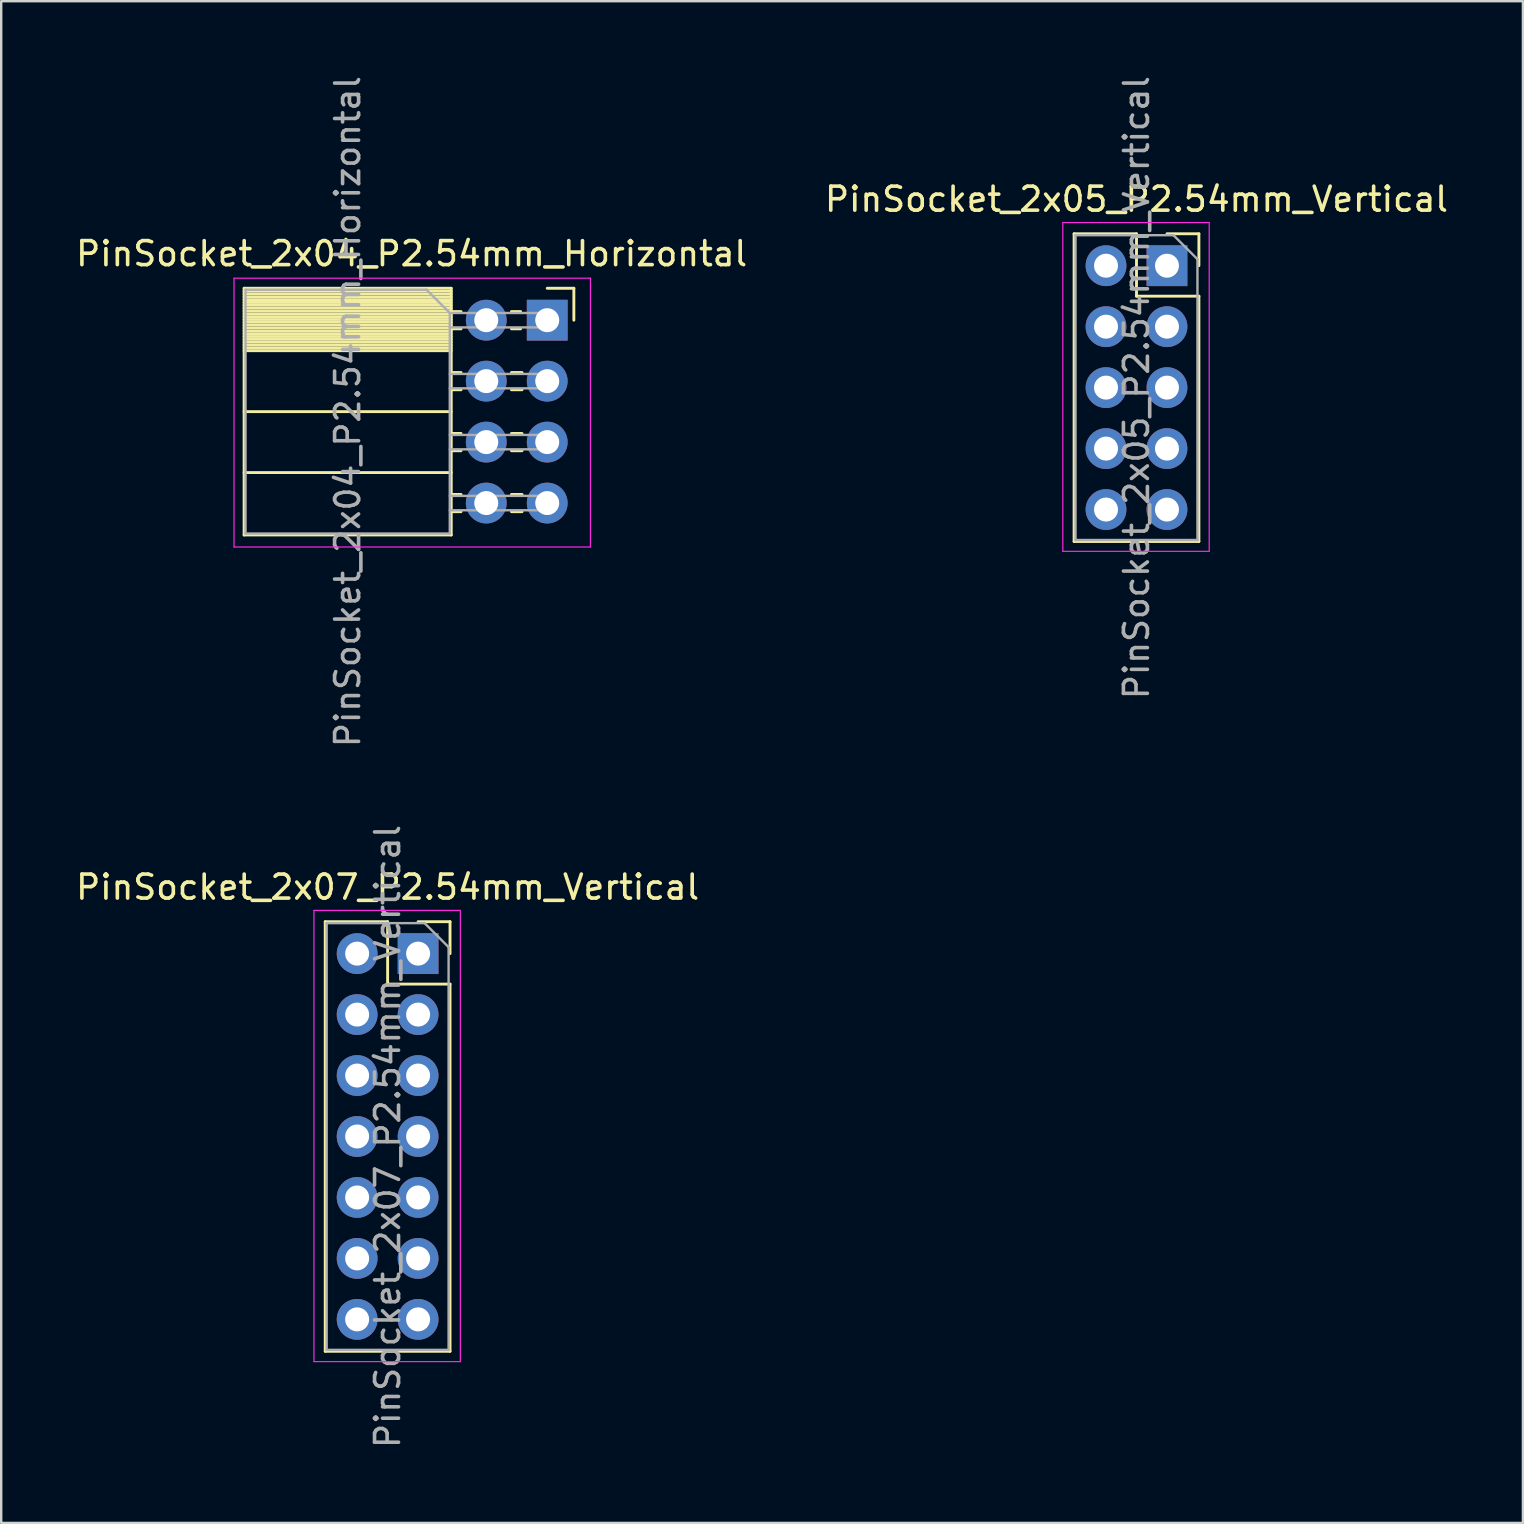
<source format=kicad_pcb>
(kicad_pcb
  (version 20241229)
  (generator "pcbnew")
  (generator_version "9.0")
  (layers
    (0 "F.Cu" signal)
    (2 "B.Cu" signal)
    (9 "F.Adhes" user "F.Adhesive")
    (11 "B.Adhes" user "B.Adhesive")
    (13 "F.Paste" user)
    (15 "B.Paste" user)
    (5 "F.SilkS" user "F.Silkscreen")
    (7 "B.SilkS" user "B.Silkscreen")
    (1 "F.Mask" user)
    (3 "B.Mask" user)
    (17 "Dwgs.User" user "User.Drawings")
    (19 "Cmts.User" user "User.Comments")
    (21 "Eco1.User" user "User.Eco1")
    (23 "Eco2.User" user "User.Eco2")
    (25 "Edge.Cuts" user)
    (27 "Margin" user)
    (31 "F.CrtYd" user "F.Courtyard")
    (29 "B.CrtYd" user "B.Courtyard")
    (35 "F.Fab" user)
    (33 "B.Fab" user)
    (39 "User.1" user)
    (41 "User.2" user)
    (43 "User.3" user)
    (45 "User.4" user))
  (footprint "PinSocket_2x04_P2.54mm_Horizontal"
    (layer "F.Cu")
    (at 19.751 10.291)
    (property "Reference" "PinSocket_2x04_P2.54mm_Horizontal" (at -5.65 -2.77 0) (layer "F.SilkS") (effects (font (size 1 1) (thickness 0.15))))
    (attr through_hole)
    (fp_line (start -12.63 -1.33) (end -12.63 8.95) (stroke (width 0.12) (type solid)) (layer "F.SilkS"))
    (fp_line (start -12.63 -1.33) (end -4 -1.33) (stroke (width 0.12) (type solid)) (layer "F.SilkS"))
    (fp_line (start -12.63 -1.21) (end -4 -1.21) (stroke (width 0.12) (type solid)) (layer "F.SilkS"))
    (fp_line (start -12.63 -1.092) (end -4 -1.092) (stroke (width 0.12) (type solid)) (layer "F.SilkS"))
    (fp_line (start -12.63 -0.974) (end -4 -0.974) (stroke (width 0.12) (type solid)) (layer "F.SilkS"))
    (fp_line (start -12.63 -0.856) (end -4 -0.856) (stroke (width 0.12) (type solid)) (layer "F.SilkS"))
    (fp_line (start -12.63 -0.738) (end -4 -0.738) (stroke (width 0.12) (type solid)) (layer "F.SilkS"))
    (fp_line (start -12.63 -0.62) (end -4 -0.62) (stroke (width 0.12) (type solid)) (layer "F.SilkS"))
    (fp_line (start -12.63 -0.501) (end -4 -0.501) (stroke (width 0.12) (type solid)) (layer "F.SilkS"))
    (fp_line (start -12.63 -0.383) (end -4 -0.383) (stroke (width 0.12) (type solid)) (layer "F.SilkS"))
    (fp_line (start -12.63 -0.265) (end -4 -0.265) (stroke (width 0.12) (type solid)) (layer "F.SilkS"))
    (fp_line (start -12.63 -0.147) (end -4 -0.147) (stroke (width 0.12) (type solid)) (layer "F.SilkS"))
    (fp_line (start -12.63 -0.029) (end -4 -0.029) (stroke (width 0.12) (type solid)) (layer "F.SilkS"))
    (fp_line (start -12.63 0.089) (end -4 0.089) (stroke (width 0.12) (type solid)) (layer "F.SilkS"))
    (fp_line (start -12.63 0.207) (end -4 0.207) (stroke (width 0.12) (type solid)) (layer "F.SilkS"))
    (fp_line (start -12.63 0.325) (end -4 0.325) (stroke (width 0.12) (type solid)) (layer "F.SilkS"))
    (fp_line (start -12.63 0.443) (end -4 0.443) (stroke (width 0.12) (type solid)) (layer "F.SilkS"))
    (fp_line (start -12.63 0.561) (end -4 0.561) (stroke (width 0.12) (type solid)) (layer "F.SilkS"))
    (fp_line (start -12.63 0.68) (end -4 0.68) (stroke (width 0.12) (type solid)) (layer "F.SilkS"))
    (fp_line (start -12.63 0.798) (end -4 0.798) (stroke (width 0.12) (type solid)) (layer "F.SilkS"))
    (fp_line (start -12.63 0.916) (end -4 0.916) (stroke (width 0.12) (type solid)) (layer "F.SilkS"))
    (fp_line (start -12.63 1.034) (end -4 1.034) (stroke (width 0.12) (type solid)) (layer "F.SilkS"))
    (fp_line (start -12.63 1.152) (end -4 1.152) (stroke (width 0.12) (type solid)) (layer "F.SilkS"))
    (fp_line (start -12.63 1.27) (end -4 1.27) (stroke (width 0.12) (type solid)) (layer "F.SilkS"))
    (fp_line (start -12.63 3.81) (end -4 3.81) (stroke (width 0.12) (type solid)) (layer "F.SilkS"))
    (fp_line (start -12.63 6.35) (end -4 6.35) (stroke (width 0.12) (type solid)) (layer "F.SilkS"))
    (fp_line (start -12.63 8.95) (end -4 8.95) (stroke (width 0.12) (type solid)) (layer "F.SilkS"))
    (fp_line (start -4 -1.33) (end -4 8.95) (stroke (width 0.12) (type solid)) (layer "F.SilkS"))
    (fp_line (start -4 -0.36) (end -3.59 -0.36) (stroke (width 0.12) (type solid)) (layer "F.SilkS"))
    (fp_line (start -4 0.36) (end -3.59 0.36) (stroke (width 0.12) (type solid)) (layer "F.SilkS"))
    (fp_line (start -4 2.18) (end -3.59 2.18) (stroke (width 0.12) (type solid)) (layer "F.SilkS"))
    (fp_line (start -4 2.9) (end -3.59 2.9) (stroke (width 0.12) (type solid)) (layer "F.SilkS"))
    (fp_line (start -4 4.72) (end -3.59 4.72) (stroke (width 0.12) (type solid)) (layer "F.SilkS"))
    (fp_line (start -4 5.44) (end -3.59 5.44) (stroke (width 0.12) (type solid)) (layer "F.SilkS"))
    (fp_line (start -4 7.26) (end -3.59 7.26) (stroke (width 0.12) (type solid)) (layer "F.SilkS"))
    (fp_line (start -4 7.98) (end -3.59 7.98) (stroke (width 0.12) (type solid)) (layer "F.SilkS"))
    (fp_line (start -1.49 -0.36) (end -1.11 -0.36) (stroke (width 0.12) (type solid)) (layer "F.SilkS"))
    (fp_line (start -1.49 0.36) (end -1.11 0.36) (stroke (width 0.12) (type solid)) (layer "F.SilkS"))
    (fp_line (start -1.49 2.18) (end -1.05 2.18) (stroke (width 0.12) (type solid)) (layer "F.SilkS"))
    (fp_line (start -1.49 2.9) (end -1.05 2.9) (stroke (width 0.12) (type solid)) (layer "F.SilkS"))
    (fp_line (start -1.49 4.72) (end -1.05 4.72) (stroke (width 0.12) (type solid)) (layer "F.SilkS"))
    (fp_line (start -1.49 5.44) (end -1.05 5.44) (stroke (width 0.12) (type solid)) (layer "F.SilkS"))
    (fp_line (start -1.49 7.26) (end -1.05 7.26) (stroke (width 0.12) (type solid)) (layer "F.SilkS"))
    (fp_line (start -1.49 7.98) (end -1.05 7.98) (stroke (width 0.12) (type solid)) (layer "F.SilkS"))
    (fp_line (start 0 -1.33) (end 1.11 -1.33) (stroke (width 0.12) (type solid)) (layer "F.SilkS"))
    (fp_line (start 1.11 -1.33) (end 1.11 0) (stroke (width 0.12) (type solid)) (layer "F.SilkS"))
    (fp_line (start -13.05 -1.75) (end -13.05 9.45) (stroke (width 0.05) (type solid)) (layer "F.CrtYd"))
    (fp_line (start -13.05 9.45) (end 1.8 9.45) (stroke (width 0.05) (type solid)) (layer "F.CrtYd"))
    (fp_line (start 1.8 -1.75) (end -13.05 -1.75) (stroke (width 0.05) (type solid)) (layer "F.CrtYd"))
    (fp_line (start 1.8 9.45) (end 1.8 -1.75) (stroke (width 0.05) (type solid)) (layer "F.CrtYd"))
    (fp_line (start -12.57 -1.27) (end -5.03 -1.27) (stroke (width 0.1) (type solid)) (layer "F.Fab"))
    (fp_line (start -12.57 8.89) (end -12.57 -1.27) (stroke (width 0.1) (type solid)) (layer "F.Fab"))
    (fp_line (start -5.03 -1.27) (end -4.06 -0.3) (stroke (width 0.1) (type solid)) (layer "F.Fab"))
    (fp_line (start -4.06 -0.3) (end -4.06 8.89) (stroke (width 0.1) (type solid)) (layer "F.Fab"))
    (fp_line (start -4.06 0.3) (end 0 0.3) (stroke (width 0.1) (type solid)) (layer "F.Fab"))
    (fp_line (start -4.06 2.84) (end 0 2.84) (stroke (width 0.1) (type solid)) (layer "F.Fab"))
    (fp_line (start -4.06 5.38) (end 0 5.38) (stroke (width 0.1) (type solid)) (layer "F.Fab"))
    (fp_line (start -4.06 7.92) (end 0 7.92) (stroke (width 0.1) (type solid)) (layer "F.Fab"))
    (fp_line (start -4.06 8.89) (end -12.57 8.89) (stroke (width 0.1) (type solid)) (layer "F.Fab"))
    (fp_line (start 0 -0.3) (end -4.06 -0.3) (stroke (width 0.1) (type solid)) (layer "F.Fab"))
    (fp_line (start 0 0.3) (end 0 -0.3) (stroke (width 0.1) (type solid)) (layer "F.Fab"))
    (fp_line (start 0 2.24) (end -4.06 2.24) (stroke (width 0.1) (type solid)) (layer "F.Fab"))
    (fp_line (start 0 2.84) (end 0 2.24) (stroke (width 0.1) (type solid)) (layer "F.Fab"))
    (fp_line (start 0 4.78) (end -4.06 4.78) (stroke (width 0.1) (type solid)) (layer "F.Fab"))
    (fp_line (start 0 5.38) (end 0 4.78) (stroke (width 0.1) (type solid)) (layer "F.Fab"))
    (fp_line (start 0 7.32) (end -4.06 7.32) (stroke (width 0.1) (type solid)) (layer "F.Fab"))
    (fp_line (start 0 7.92) (end 0 7.32) (stroke (width 0.1) (type solid)) (layer "F.Fab"))
    (fp_text user "${REFERENCE}" (at -8.315 3.81 90) (layer "F.Fab") (effects (font (size 1 1) (thickness 0.15))))
    (pad "1" thru_hole rect (at 0 0) (size 1.7 1.7) (drill 1) (layers "*.Cu" "*.Mask"))
    (pad "2" thru_hole oval (at -2.54 0) (size 1.7 1.7) (drill 1) (layers "*.Cu" "*.Mask"))
    (pad "3" thru_hole oval (at 0 2.54) (size 1.7 1.7) (drill 1) (layers "*.Cu" "*.Mask"))
    (pad "4" thru_hole oval (at -2.54 2.54) (size 1.7 1.7) (drill 1) (layers "*.Cu" "*.Mask"))
    (pad "5" thru_hole oval (at 0 5.08) (size 1.7 1.7) (drill 1) (layers "*.Cu" "*.Mask"))
    (pad "6" thru_hole oval (at -2.54 5.08) (size 1.7 1.7) (drill 1) (layers "*.Cu" "*.Mask"))
    (pad "7" thru_hole oval (at 0 7.62) (size 1.7 1.7) (drill 1) (layers "*.Cu" "*.Mask"))
    (pad "8" thru_hole oval (at -2.54 7.62) (size 1.7 1.7) (drill 1) (layers "*.Cu" "*.Mask")))
  (footprint "PinSocket_2x05_P2.54mm_Vertical"
    (layer "F.Cu")
    (at 45.574 8.021)
    (property "Reference" "PinSocket_2x05_P2.54mm_Vertical" (at -1.27 -2.77 0) (layer "F.SilkS") (effects (font (size 1 1) (thickness 0.15))))
    (attr through_hole)
    (fp_line (start -3.87 -1.33) (end -3.87 11.49) (stroke (width 0.12) (type solid)) (layer "F.SilkS"))
    (fp_line (start -3.87 -1.33) (end -1.27 -1.33) (stroke (width 0.12) (type solid)) (layer "F.SilkS"))
    (fp_line (start -3.87 11.49) (end 1.33 11.49) (stroke (width 0.12) (type solid)) (layer "F.SilkS"))
    (fp_line (start -1.27 -1.33) (end -1.27 1.27) (stroke (width 0.12) (type solid)) (layer "F.SilkS"))
    (fp_line (start -1.27 1.27) (end 1.33 1.27) (stroke (width 0.12) (type solid)) (layer "F.SilkS"))
    (fp_line (start 0 -1.33) (end 1.33 -1.33) (stroke (width 0.12) (type solid)) (layer "F.SilkS"))
    (fp_line (start 1.33 -1.33) (end 1.33 0) (stroke (width 0.12) (type solid)) (layer "F.SilkS"))
    (fp_line (start 1.33 1.27) (end 1.33 11.49) (stroke (width 0.12) (type solid)) (layer "F.SilkS"))
    (fp_line (start -4.34 -1.8) (end 1.76 -1.8) (stroke (width 0.05) (type solid)) (layer "F.CrtYd"))
    (fp_line (start -4.34 11.9) (end -4.34 -1.8) (stroke (width 0.05) (type solid)) (layer "F.CrtYd"))
    (fp_line (start 1.76 -1.8) (end 1.76 11.9) (stroke (width 0.05) (type solid)) (layer "F.CrtYd"))
    (fp_line (start 1.76 11.9) (end -4.34 11.9) (stroke (width 0.05) (type solid)) (layer "F.CrtYd"))
    (fp_line (start -3.81 -1.27) (end 0.27 -1.27) (stroke (width 0.1) (type solid)) (layer "F.Fab"))
    (fp_line (start -3.81 11.43) (end -3.81 -1.27) (stroke (width 0.1) (type solid)) (layer "F.Fab"))
    (fp_line (start 0.27 -1.27) (end 1.27 -0.27) (stroke (width 0.1) (type solid)) (layer "F.Fab"))
    (fp_line (start 1.27 -0.27) (end 1.27 11.43) (stroke (width 0.1) (type solid)) (layer "F.Fab"))
    (fp_line (start 1.27 11.43) (end -3.81 11.43) (stroke (width 0.1) (type solid)) (layer "F.Fab"))
    (fp_text user "${REFERENCE}" (at -1.27 5.08 90) (layer "F.Fab") (effects (font (size 1 1) (thickness 0.15))))
    (pad "1" thru_hole rect (at 0 0) (size 1.7 1.7) (drill 1) (layers "*.Cu" "*.Mask"))
    (pad "2" thru_hole oval (at -2.54 0) (size 1.7 1.7) (drill 1) (layers "*.Cu" "*.Mask"))
    (pad "3" thru_hole oval (at 0 2.54) (size 1.7 1.7) (drill 1) (layers "*.Cu" "*.Mask"))
    (pad "4" thru_hole oval (at -2.54 2.54) (size 1.7 1.7) (drill 1) (layers "*.Cu" "*.Mask"))
    (pad "5" thru_hole oval (at 0 5.08) (size 1.7 1.7) (drill 1) (layers "*.Cu" "*.Mask"))
    (pad "6" thru_hole oval (at -2.54 5.08) (size 1.7 1.7) (drill 1) (layers "*.Cu" "*.Mask"))
    (pad "7" thru_hole oval (at 0 7.62) (size 1.7 1.7) (drill 1) (layers "*.Cu" "*.Mask"))
    (pad "8" thru_hole oval (at -2.54 7.62) (size 1.7 1.7) (drill 1) (layers "*.Cu" "*.Mask"))
    (pad "9" thru_hole oval (at 0 10.16) (size 1.7 1.7) (drill 1) (layers "*.Cu" "*.Mask"))
    (pad "10" thru_hole oval (at -2.54 10.16) (size 1.7 1.7) (drill 1) (layers "*.Cu" "*.Mask")))
  (footprint "PinSocket_2x07_P2.54mm_Vertical"
    (layer "F.Cu")
    (at 14.371 36.684)
    (property "Reference" "PinSocket_2x07_P2.54mm_Vertical" (at -1.27 -2.77 0) (layer "F.SilkS") (effects (font (size 1 1) (thickness 0.15))))
    (attr through_hole)
    (fp_line (start -3.87 -1.33) (end -3.87 16.57) (stroke (width 0.12) (type solid)) (layer "F.SilkS"))
    (fp_line (start -3.87 -1.33) (end -1.27 -1.33) (stroke (width 0.12) (type solid)) (layer "F.SilkS"))
    (fp_line (start -3.87 16.57) (end 1.33 16.57) (stroke (width 0.12) (type solid)) (layer "F.SilkS"))
    (fp_line (start -1.27 -1.33) (end -1.27 1.27) (stroke (width 0.12) (type solid)) (layer "F.SilkS"))
    (fp_line (start -1.27 1.27) (end 1.33 1.27) (stroke (width 0.12) (type solid)) (layer "F.SilkS"))
    (fp_line (start 0 -1.33) (end 1.33 -1.33) (stroke (width 0.12) (type solid)) (layer "F.SilkS"))
    (fp_line (start 1.33 -1.33) (end 1.33 0) (stroke (width 0.12) (type solid)) (layer "F.SilkS"))
    (fp_line (start 1.33 1.27) (end 1.33 16.57) (stroke (width 0.12) (type solid)) (layer "F.SilkS"))
    (fp_line (start -4.34 -1.8) (end 1.76 -1.8) (stroke (width 0.05) (type solid)) (layer "F.CrtYd"))
    (fp_line (start -4.34 17) (end -4.34 -1.8) (stroke (width 0.05) (type solid)) (layer "F.CrtYd"))
    (fp_line (start 1.76 -1.8) (end 1.76 17) (stroke (width 0.05) (type solid)) (layer "F.CrtYd"))
    (fp_line (start 1.76 17) (end -4.34 17) (stroke (width 0.05) (type solid)) (layer "F.CrtYd"))
    (fp_line (start -3.81 -1.27) (end 0.27 -1.27) (stroke (width 0.1) (type solid)) (layer "F.Fab"))
    (fp_line (start -3.81 16.51) (end -3.81 -1.27) (stroke (width 0.1) (type solid)) (layer "F.Fab"))
    (fp_line (start 0.27 -1.27) (end 1.27 -0.27) (stroke (width 0.1) (type solid)) (layer "F.Fab"))
    (fp_line (start 1.27 -0.27) (end 1.27 16.51) (stroke (width 0.1) (type solid)) (layer "F.Fab"))
    (fp_line (start 1.27 16.51) (end -3.81 16.51) (stroke (width 0.1) (type solid)) (layer "F.Fab"))
    (fp_text user "${REFERENCE}" (at -1.27 7.62 90) (layer "F.Fab") (effects (font (size 1 1) (thickness 0.15))))
    (pad "1" thru_hole rect (at 0 0) (size 1.7 1.7) (drill 1) (layers "*.Cu" "*.Mask"))
    (pad "2" thru_hole oval (at -2.54 0) (size 1.7 1.7) (drill 1) (layers "*.Cu" "*.Mask"))
    (pad "3" thru_hole oval (at 0 2.54) (size 1.7 1.7) (drill 1) (layers "*.Cu" "*.Mask"))
    (pad "4" thru_hole oval (at -2.54 2.54) (size 1.7 1.7) (drill 1) (layers "*.Cu" "*.Mask"))
    (pad "5" thru_hole oval (at 0 5.08) (size 1.7 1.7) (drill 1) (layers "*.Cu" "*.Mask"))
    (pad "6" thru_hole oval (at -2.54 5.08) (size 1.7 1.7) (drill 1) (layers "*.Cu" "*.Mask"))
    (pad "7" thru_hole oval (at 0 7.62) (size 1.7 1.7) (drill 1) (layers "*.Cu" "*.Mask"))
    (pad "8" thru_hole oval (at -2.54 7.62) (size 1.7 1.7) (drill 1) (layers "*.Cu" "*.Mask"))
    (pad "9" thru_hole oval (at 0 10.16) (size 1.7 1.7) (drill 1) (layers "*.Cu" "*.Mask"))
    (pad "10" thru_hole oval (at -2.54 10.16) (size 1.7 1.7) (drill 1) (layers "*.Cu" "*.Mask"))
    (pad "11" thru_hole oval (at 0 12.7) (size 1.7 1.7) (drill 1) (layers "*.Cu" "*.Mask"))
    (pad "12" thru_hole oval (at -2.54 12.7) (size 1.7 1.7) (drill 1) (layers "*.Cu" "*.Mask"))
    (pad "13" thru_hole oval (at 0 15.24) (size 1.7 1.7) (drill 1) (layers "*.Cu" "*.Mask"))
    (pad "14" thru_hole oval (at -2.54 15.24) (size 1.7 1.7) (drill 1) (layers "*.Cu" "*.Mask")))
  (gr_rect
    (start -3 -3)
    (end 60.405 60.405)
    (stroke (width 0.1) (type default))
    (fill no)
    (layer "Edge.Cuts")))
</source>
